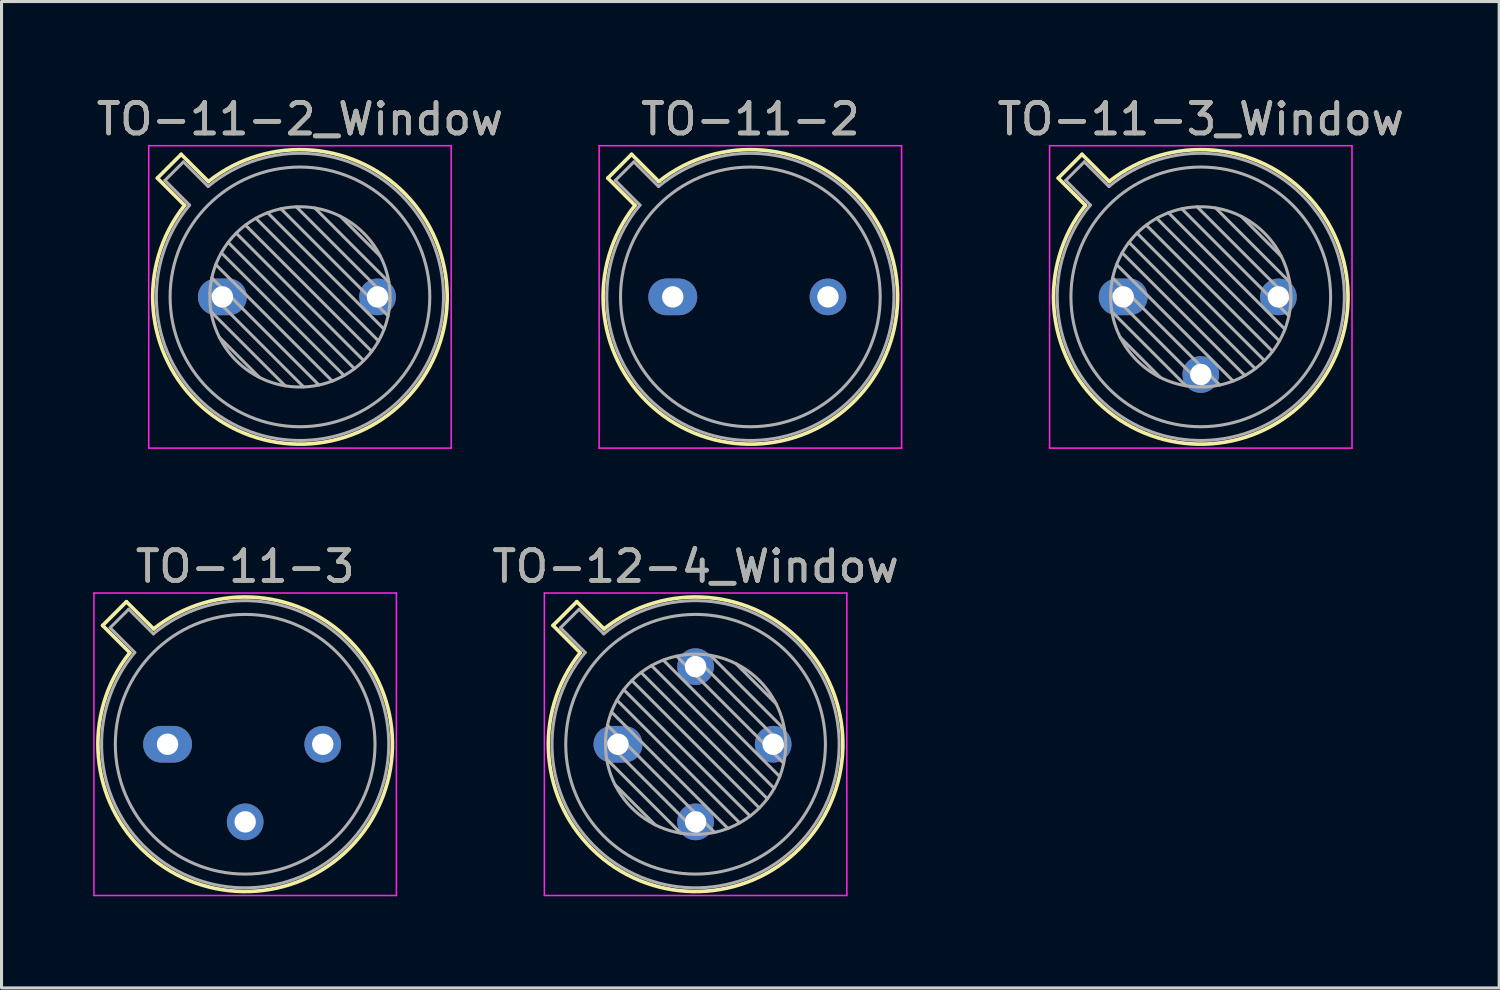
<source format=kicad_pcb>
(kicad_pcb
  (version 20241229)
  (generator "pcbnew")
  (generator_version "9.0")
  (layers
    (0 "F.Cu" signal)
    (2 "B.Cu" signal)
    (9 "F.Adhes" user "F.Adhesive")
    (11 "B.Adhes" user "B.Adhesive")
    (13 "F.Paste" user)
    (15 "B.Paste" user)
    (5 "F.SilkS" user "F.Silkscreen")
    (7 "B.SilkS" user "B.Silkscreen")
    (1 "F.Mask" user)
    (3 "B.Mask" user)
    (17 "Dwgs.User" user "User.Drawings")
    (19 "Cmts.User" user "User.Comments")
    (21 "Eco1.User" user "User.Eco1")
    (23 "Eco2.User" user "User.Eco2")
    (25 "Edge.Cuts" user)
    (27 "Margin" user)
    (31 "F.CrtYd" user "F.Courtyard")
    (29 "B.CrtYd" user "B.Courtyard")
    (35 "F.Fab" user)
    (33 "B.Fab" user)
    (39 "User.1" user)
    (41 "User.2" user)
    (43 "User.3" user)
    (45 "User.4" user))
  (footprint "TO-11-2_Window"
    (layer "F.Cu")
    (at 4.228 6.668)
    (property "Reference" "TO-11-2_Window" (at 2.54 -5.82 0) (layer "F.SilkS") (effects (font (size 1 1) (thickness 0.15))))
    (attr through_hole)
    (fp_line (start -2.126 -3.888) (end -1.235 -2.997) (stroke (width 0.12) (type solid)) (layer "F.SilkS"))
    (fp_line (start -1.348 -4.666) (end -2.126 -3.888) (stroke (width 0.12) (type solid)) (layer "F.SilkS"))
    (fp_line (start -0.457 -3.775) (end -1.348 -4.666) (stroke (width 0.12) (type solid)) (layer "F.SilkS"))
    (fp_arc (start -0.457084 -3.774902) (mid 5.948125 3.408384) (end -1.234674 -2.997371) (stroke (width 0.12) (type solid)) (layer "F.SilkS"))
    (fp_line (start -2.41 -4.95) (end -2.41 4.95) (stroke (width 0.05) (type solid)) (layer "F.CrtYd"))
    (fp_line (start -2.41 4.95) (end 7.49 4.95) (stroke (width 0.05) (type solid)) (layer "F.CrtYd"))
    (fp_line (start 7.49 -4.95) (end -2.41 -4.95) (stroke (width 0.05) (type solid)) (layer "F.CrtYd"))
    (fp_line (start 7.49 4.95) (end 7.49 -4.95) (stroke (width 0.05) (type solid)) (layer "F.CrtYd"))
    (fp_line (start -1.88 -3.812) (end -1.074 -3.005) (stroke (width 0.1) (type solid)) (layer "F.Fab"))
    (fp_line (start -1.272 -4.42) (end -1.88 -3.812) (stroke (width 0.1) (type solid)) (layer "F.Fab"))
    (fp_line (start -0.465 -3.614) (end -1.272 -4.42) (stroke (width 0.1) (type solid)) (layer "F.Fab"))
    (fp_line (start -0.408 -0.12) (end 2.66 2.948) (stroke (width 0.1) (type solid)) (layer "F.Fab"))
    (fp_line (start -0.371 0.485) (end 2.055 2.911) (stroke (width 0.1) (type solid)) (layer "F.Fab"))
    (fp_line (start -0.344 -0.622) (end 3.162 2.884) (stroke (width 0.1) (type solid)) (layer "F.Fab"))
    (fp_line (start -0.215 -1.058) (end 3.598 2.755) (stroke (width 0.1) (type solid)) (layer "F.Fab"))
    (fp_line (start -0.097 1.324) (end 1.216 2.637) (stroke (width 0.1) (type solid)) (layer "F.Fab"))
    (fp_line (start -0.034 -1.443) (end 3.983 2.574) (stroke (width 0.1) (type solid)) (layer "F.Fab"))
    (fp_line (start 0.19 -1.784) (end 4.324 2.35) (stroke (width 0.1) (type solid)) (layer "F.Fab"))
    (fp_line (start 0.454 -2.086) (end 4.626 2.086) (stroke (width 0.1) (type solid)) (layer "F.Fab"))
    (fp_line (start 0.756 -2.35) (end 4.89 1.784) (stroke (width 0.1) (type solid)) (layer "F.Fab"))
    (fp_line (start 1.097 -2.574) (end 5.114 1.443) (stroke (width 0.1) (type solid)) (layer "F.Fab"))
    (fp_line (start 1.482 -2.755) (end 5.295 1.058) (stroke (width 0.1) (type solid)) (layer "F.Fab"))
    (fp_line (start 1.918 -2.884) (end 5.424 0.622) (stroke (width 0.1) (type solid)) (layer "F.Fab"))
    (fp_line (start 2.42 -2.948) (end 5.488 0.12) (stroke (width 0.1) (type solid)) (layer "F.Fab"))
    (fp_line (start 3.025 -2.911) (end 5.451 -0.485) (stroke (width 0.1) (type solid)) (layer "F.Fab"))
    (fp_line (start 3.864 -2.637) (end 5.177 -1.324) (stroke (width 0.1) (type solid)) (layer "F.Fab"))
    (fp_arc (start -0.465408 -3.61352) (mid 5.863443 3.323361) (end -1.073594 -3.005319) (stroke (width 0.1) (type solid)) (layer "F.Fab"))
    (fp_circle (center 2.54 0) (end 5.49 0) (stroke (width 0.1) (type solid)) (fill no) (layer "F.Fab"))
    (fp_circle (center 2.54 0) (end 6.79 0) (stroke (width 0.1) (type solid)) (fill no) (layer "F.Fab"))
    (fp_text user "${REFERENCE}" (at 2.54 -5.82 0) (layer "F.Fab") (effects (font (size 1 1) (thickness 0.15))))
    (pad "1" thru_hole oval (at 0 0) (size 1.6 1.2) (drill 0.7) (layers "*.Cu" "*.Mask"))
    (pad "2" thru_hole oval (at 5.08 0) (size 1.2 1.2) (drill 0.7) (layers "*.Cu" "*.Mask")))
  (footprint "TO-12-4_Window"
    (layer "F.Cu")
    (at 17.178 21.311)
    (property "Reference" "TO-12-4_Window" (at 2.54 -5.82 0) (layer "F.SilkS") (effects (font (size 1 1) (thickness 0.15))))
    (attr through_hole)
    (fp_line (start -2.126 -3.888) (end -1.235 -2.997) (stroke (width 0.12) (type solid)) (layer "F.SilkS"))
    (fp_line (start -1.348 -4.666) (end -2.126 -3.888) (stroke (width 0.12) (type solid)) (layer "F.SilkS"))
    (fp_line (start -0.457 -3.775) (end -1.348 -4.666) (stroke (width 0.12) (type solid)) (layer "F.SilkS"))
    (fp_arc (start -0.457084 -3.774902) (mid 5.948125 3.408384) (end -1.234674 -2.997371) (stroke (width 0.12) (type solid)) (layer "F.SilkS"))
    (fp_line (start -2.41 -4.95) (end -2.41 4.95) (stroke (width 0.05) (type solid)) (layer "F.CrtYd"))
    (fp_line (start -2.41 4.95) (end 7.49 4.95) (stroke (width 0.05) (type solid)) (layer "F.CrtYd"))
    (fp_line (start 7.49 -4.95) (end -2.41 -4.95) (stroke (width 0.05) (type solid)) (layer "F.CrtYd"))
    (fp_line (start 7.49 4.95) (end 7.49 -4.95) (stroke (width 0.05) (type solid)) (layer "F.CrtYd"))
    (fp_line (start -1.88 -3.812) (end -1.074 -3.005) (stroke (width 0.1) (type solid)) (layer "F.Fab"))
    (fp_line (start -1.272 -4.42) (end -1.88 -3.812) (stroke (width 0.1) (type solid)) (layer "F.Fab"))
    (fp_line (start -0.465 -3.614) (end -1.272 -4.42) (stroke (width 0.1) (type solid)) (layer "F.Fab"))
    (fp_line (start -0.408 -0.12) (end 2.66 2.948) (stroke (width 0.1) (type solid)) (layer "F.Fab"))
    (fp_line (start -0.371 0.485) (end 2.055 2.911) (stroke (width 0.1) (type solid)) (layer "F.Fab"))
    (fp_line (start -0.344 -0.622) (end 3.162 2.884) (stroke (width 0.1) (type solid)) (layer "F.Fab"))
    (fp_line (start -0.215 -1.058) (end 3.598 2.755) (stroke (width 0.1) (type solid)) (layer "F.Fab"))
    (fp_line (start -0.097 1.324) (end 1.216 2.637) (stroke (width 0.1) (type solid)) (layer "F.Fab"))
    (fp_line (start -0.034 -1.443) (end 3.983 2.574) (stroke (width 0.1) (type solid)) (layer "F.Fab"))
    (fp_line (start 0.19 -1.784) (end 4.324 2.35) (stroke (width 0.1) (type solid)) (layer "F.Fab"))
    (fp_line (start 0.454 -2.086) (end 4.626 2.086) (stroke (width 0.1) (type solid)) (layer "F.Fab"))
    (fp_line (start 0.756 -2.35) (end 4.89 1.784) (stroke (width 0.1) (type solid)) (layer "F.Fab"))
    (fp_line (start 1.097 -2.574) (end 5.114 1.443) (stroke (width 0.1) (type solid)) (layer "F.Fab"))
    (fp_line (start 1.482 -2.755) (end 5.295 1.058) (stroke (width 0.1) (type solid)) (layer "F.Fab"))
    (fp_line (start 1.918 -2.884) (end 5.424 0.622) (stroke (width 0.1) (type solid)) (layer "F.Fab"))
    (fp_line (start 2.42 -2.948) (end 5.488 0.12) (stroke (width 0.1) (type solid)) (layer "F.Fab"))
    (fp_line (start 3.025 -2.911) (end 5.451 -0.485) (stroke (width 0.1) (type solid)) (layer "F.Fab"))
    (fp_line (start 3.864 -2.637) (end 5.177 -1.324) (stroke (width 0.1) (type solid)) (layer "F.Fab"))
    (fp_arc (start -0.465408 -3.61352) (mid 5.863443 3.323361) (end -1.073594 -3.005319) (stroke (width 0.1) (type solid)) (layer "F.Fab"))
    (fp_circle (center 2.54 0) (end 5.49 0) (stroke (width 0.1) (type solid)) (fill no) (layer "F.Fab"))
    (fp_circle (center 2.54 0) (end 6.79 0) (stroke (width 0.1) (type solid)) (fill no) (layer "F.Fab"))
    (fp_text user "${REFERENCE}" (at 2.54 -5.82 0) (layer "F.Fab") (effects (font (size 1 1) (thickness 0.15))))
    (pad "1" thru_hole oval (at 0 0) (size 1.6 1.2) (drill 0.7) (layers "*.Cu" "*.Mask"))
    (pad "2" thru_hole oval (at 2.54 2.54) (size 1.2 1.2) (drill 0.7) (layers "*.Cu" "*.Mask"))
    (pad "3" thru_hole oval (at 5.08 0) (size 1.2 1.2) (drill 0.7) (layers "*.Cu" "*.Mask"))
    (pad "4" thru_hole oval (at 2.54 -2.54) (size 1.2 1.2) (drill 0.7) (layers "*.Cu" "*.Mask")))
  (footprint "TO-11-3"
    (layer "F.Cu")
    (at 2.435 21.311)
    (property "Reference" "TO-11-3" (at 2.54 -5.82 0) (layer "F.SilkS") (effects (font (size 1 1) (thickness 0.15))))
    (attr through_hole)
    (fp_line (start -2.126 -3.888) (end -1.235 -2.997) (stroke (width 0.12) (type solid)) (layer "F.SilkS"))
    (fp_line (start -1.348 -4.666) (end -2.126 -3.888) (stroke (width 0.12) (type solid)) (layer "F.SilkS"))
    (fp_line (start -0.457 -3.775) (end -1.348 -4.666) (stroke (width 0.12) (type solid)) (layer "F.SilkS"))
    (fp_arc (start -0.457084 -3.774902) (mid 5.948125 3.408384) (end -1.234674 -2.997371) (stroke (width 0.12) (type solid)) (layer "F.SilkS"))
    (fp_line (start -2.41 -4.95) (end -2.41 4.95) (stroke (width 0.05) (type solid)) (layer "F.CrtYd"))
    (fp_line (start -2.41 4.95) (end 7.49 4.95) (stroke (width 0.05) (type solid)) (layer "F.CrtYd"))
    (fp_line (start 7.49 -4.95) (end -2.41 -4.95) (stroke (width 0.05) (type solid)) (layer "F.CrtYd"))
    (fp_line (start 7.49 4.95) (end 7.49 -4.95) (stroke (width 0.05) (type solid)) (layer "F.CrtYd"))
    (fp_line (start -1.88 -3.812) (end -1.074 -3.005) (stroke (width 0.1) (type solid)) (layer "F.Fab"))
    (fp_line (start -1.272 -4.42) (end -1.88 -3.812) (stroke (width 0.1) (type solid)) (layer "F.Fab"))
    (fp_line (start -0.465 -3.614) (end -1.272 -4.42) (stroke (width 0.1) (type solid)) (layer "F.Fab"))
    (fp_arc (start -0.465408 -3.61352) (mid 5.863443 3.323361) (end -1.073594 -3.005319) (stroke (width 0.1) (type solid)) (layer "F.Fab"))
    (fp_circle (center 2.54 0) (end 6.79 0) (stroke (width 0.1) (type solid)) (fill no) (layer "F.Fab"))
    (fp_text user "${REFERENCE}" (at 2.54 -5.82 0) (layer "F.Fab") (effects (font (size 1 1) (thickness 0.15))))
    (pad "1" thru_hole oval (at 0 0) (size 1.6 1.2) (drill 0.7) (layers "*.Cu" "*.Mask"))
    (pad "2" thru_hole oval (at 2.54 2.54) (size 1.2 1.2) (drill 0.7) (layers "*.Cu" "*.Mask"))
    (pad "3" thru_hole oval (at 5.08 0) (size 1.2 1.2) (drill 0.7) (layers "*.Cu" "*.Mask")))
  (footprint "TO-11-3_Window"
    (layer "F.Cu")
    (at 33.714 6.668)
    (property "Reference" "TO-11-3_Window" (at 2.54 -5.82 0) (layer "F.SilkS") (effects (font (size 1 1) (thickness 0.15))))
    (attr through_hole)
    (fp_line (start -2.126 -3.888) (end -1.235 -2.997) (stroke (width 0.12) (type solid)) (layer "F.SilkS"))
    (fp_line (start -1.348 -4.666) (end -2.126 -3.888) (stroke (width 0.12) (type solid)) (layer "F.SilkS"))
    (fp_line (start -0.457 -3.775) (end -1.348 -4.666) (stroke (width 0.12) (type solid)) (layer "F.SilkS"))
    (fp_arc (start -0.457084 -3.774902) (mid 5.948125 3.408384) (end -1.234674 -2.997371) (stroke (width 0.12) (type solid)) (layer "F.SilkS"))
    (fp_line (start -2.41 -4.95) (end -2.41 4.95) (stroke (width 0.05) (type solid)) (layer "F.CrtYd"))
    (fp_line (start -2.41 4.95) (end 7.49 4.95) (stroke (width 0.05) (type solid)) (layer "F.CrtYd"))
    (fp_line (start 7.49 -4.95) (end -2.41 -4.95) (stroke (width 0.05) (type solid)) (layer "F.CrtYd"))
    (fp_line (start 7.49 4.95) (end 7.49 -4.95) (stroke (width 0.05) (type solid)) (layer "F.CrtYd"))
    (fp_line (start -1.88 -3.812) (end -1.074 -3.005) (stroke (width 0.1) (type solid)) (layer "F.Fab"))
    (fp_line (start -1.272 -4.42) (end -1.88 -3.812) (stroke (width 0.1) (type solid)) (layer "F.Fab"))
    (fp_line (start -0.465 -3.614) (end -1.272 -4.42) (stroke (width 0.1) (type solid)) (layer "F.Fab"))
    (fp_line (start -0.408 -0.12) (end 2.66 2.948) (stroke (width 0.1) (type solid)) (layer "F.Fab"))
    (fp_line (start -0.371 0.485) (end 2.055 2.911) (stroke (width 0.1) (type solid)) (layer "F.Fab"))
    (fp_line (start -0.344 -0.622) (end 3.162 2.884) (stroke (width 0.1) (type solid)) (layer "F.Fab"))
    (fp_line (start -0.215 -1.058) (end 3.598 2.755) (stroke (width 0.1) (type solid)) (layer "F.Fab"))
    (fp_line (start -0.097 1.324) (end 1.216 2.637) (stroke (width 0.1) (type solid)) (layer "F.Fab"))
    (fp_line (start -0.034 -1.443) (end 3.983 2.574) (stroke (width 0.1) (type solid)) (layer "F.Fab"))
    (fp_line (start 0.19 -1.784) (end 4.324 2.35) (stroke (width 0.1) (type solid)) (layer "F.Fab"))
    (fp_line (start 0.454 -2.086) (end 4.626 2.086) (stroke (width 0.1) (type solid)) (layer "F.Fab"))
    (fp_line (start 0.756 -2.35) (end 4.89 1.784) (stroke (width 0.1) (type solid)) (layer "F.Fab"))
    (fp_line (start 1.097 -2.574) (end 5.114 1.443) (stroke (width 0.1) (type solid)) (layer "F.Fab"))
    (fp_line (start 1.482 -2.755) (end 5.295 1.058) (stroke (width 0.1) (type solid)) (layer "F.Fab"))
    (fp_line (start 1.918 -2.884) (end 5.424 0.622) (stroke (width 0.1) (type solid)) (layer "F.Fab"))
    (fp_line (start 2.42 -2.948) (end 5.488 0.12) (stroke (width 0.1) (type solid)) (layer "F.Fab"))
    (fp_line (start 3.025 -2.911) (end 5.451 -0.485) (stroke (width 0.1) (type solid)) (layer "F.Fab"))
    (fp_line (start 3.864 -2.637) (end 5.177 -1.324) (stroke (width 0.1) (type solid)) (layer "F.Fab"))
    (fp_arc (start -0.465408 -3.61352) (mid 5.863443 3.323361) (end -1.073594 -3.005319) (stroke (width 0.1) (type solid)) (layer "F.Fab"))
    (fp_circle (center 2.54 0) (end 5.49 0) (stroke (width 0.1) (type solid)) (fill no) (layer "F.Fab"))
    (fp_circle (center 2.54 0) (end 6.79 0) (stroke (width 0.1) (type solid)) (fill no) (layer "F.Fab"))
    (fp_text user "${REFERENCE}" (at 2.54 -5.82 0) (layer "F.Fab") (effects (font (size 1 1) (thickness 0.15))))
    (pad "1" thru_hole oval (at 0 0) (size 1.6 1.2) (drill 0.7) (layers "*.Cu" "*.Mask"))
    (pad "2" thru_hole oval (at 2.54 2.54) (size 1.2 1.2) (drill 0.7) (layers "*.Cu" "*.Mask"))
    (pad "3" thru_hole oval (at 5.08 0) (size 1.2 1.2) (drill 0.7) (layers "*.Cu" "*.Mask")))
  (footprint "TO-11-2"
    (layer "F.Cu")
    (at 18.971 6.668)
    (property "Reference" "TO-11-2" (at 2.54 -5.82 0) (layer "F.SilkS") (effects (font (size 1 1) (thickness 0.15))))
    (attr through_hole)
    (fp_line (start -2.126 -3.888) (end -1.235 -2.997) (stroke (width 0.12) (type solid)) (layer "F.SilkS"))
    (fp_line (start -1.348 -4.666) (end -2.126 -3.888) (stroke (width 0.12) (type solid)) (layer "F.SilkS"))
    (fp_line (start -0.457 -3.775) (end -1.348 -4.666) (stroke (width 0.12) (type solid)) (layer "F.SilkS"))
    (fp_arc (start -0.457084 -3.774902) (mid 5.948125 3.408384) (end -1.234674 -2.997371) (stroke (width 0.12) (type solid)) (layer "F.SilkS"))
    (fp_line (start -2.41 -4.95) (end -2.41 4.95) (stroke (width 0.05) (type solid)) (layer "F.CrtYd"))
    (fp_line (start -2.41 4.95) (end 7.49 4.95) (stroke (width 0.05) (type solid)) (layer "F.CrtYd"))
    (fp_line (start 7.49 -4.95) (end -2.41 -4.95) (stroke (width 0.05) (type solid)) (layer "F.CrtYd"))
    (fp_line (start 7.49 4.95) (end 7.49 -4.95) (stroke (width 0.05) (type solid)) (layer "F.CrtYd"))
    (fp_line (start -1.88 -3.812) (end -1.074 -3.005) (stroke (width 0.1) (type solid)) (layer "F.Fab"))
    (fp_line (start -1.272 -4.42) (end -1.88 -3.812) (stroke (width 0.1) (type solid)) (layer "F.Fab"))
    (fp_line (start -0.465 -3.614) (end -1.272 -4.42) (stroke (width 0.1) (type solid)) (layer "F.Fab"))
    (fp_arc (start -0.465408 -3.61352) (mid 5.863443 3.323361) (end -1.073594 -3.005319) (stroke (width 0.1) (type solid)) (layer "F.Fab"))
    (fp_circle (center 2.54 0) (end 6.79 0) (stroke (width 0.1) (type solid)) (fill no) (layer "F.Fab"))
    (fp_text user "${REFERENCE}" (at 2.54 -5.82 0) (layer "F.Fab") (effects (font (size 1 1) (thickness 0.15))))
    (pad "1" thru_hole oval (at 0 0) (size 1.6 1.2) (drill 0.7) (layers "*.Cu" "*.Mask"))
    (pad "2" thru_hole oval (at 5.08 0) (size 1.2 1.2) (drill 0.7) (layers "*.Cu" "*.Mask")))
  (gr_rect
    (start -3 -3)
    (end 46.021 29.287)
    (stroke (width 0.1) (type default))
    (fill no)
    (layer "Edge.Cuts")))
</source>
